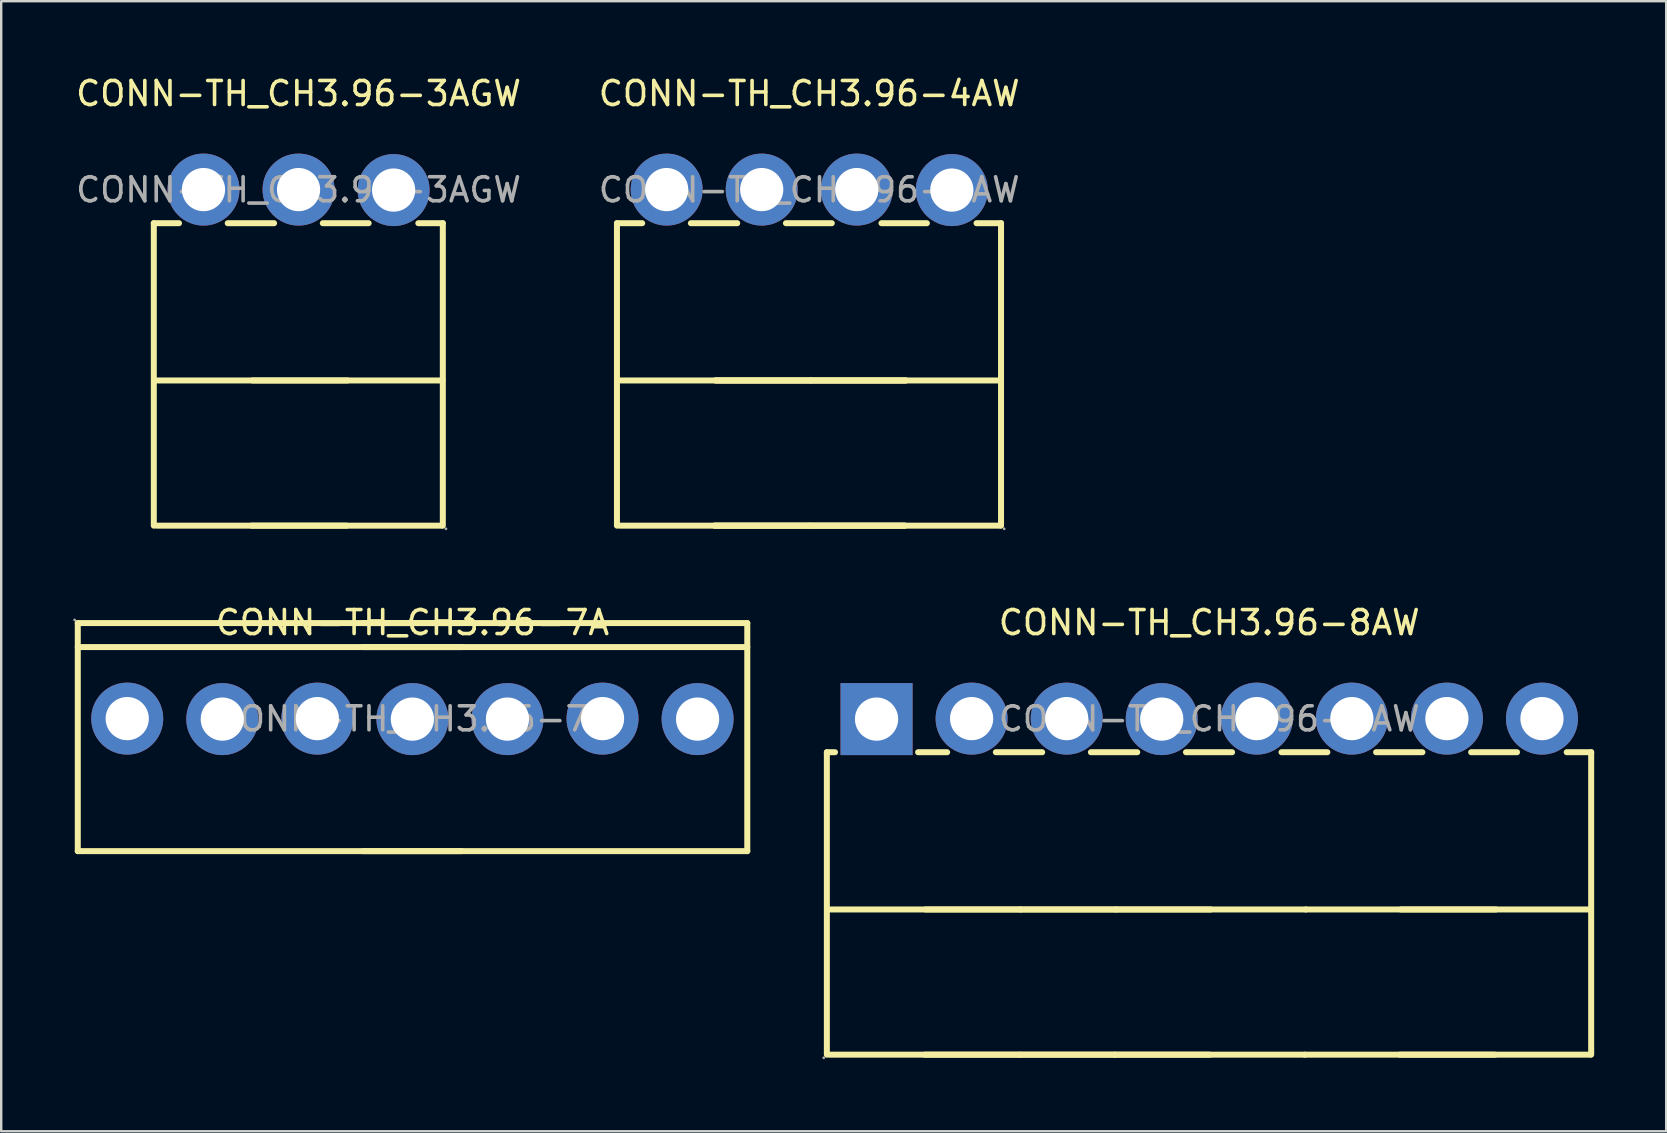
<source format=kicad_pcb>
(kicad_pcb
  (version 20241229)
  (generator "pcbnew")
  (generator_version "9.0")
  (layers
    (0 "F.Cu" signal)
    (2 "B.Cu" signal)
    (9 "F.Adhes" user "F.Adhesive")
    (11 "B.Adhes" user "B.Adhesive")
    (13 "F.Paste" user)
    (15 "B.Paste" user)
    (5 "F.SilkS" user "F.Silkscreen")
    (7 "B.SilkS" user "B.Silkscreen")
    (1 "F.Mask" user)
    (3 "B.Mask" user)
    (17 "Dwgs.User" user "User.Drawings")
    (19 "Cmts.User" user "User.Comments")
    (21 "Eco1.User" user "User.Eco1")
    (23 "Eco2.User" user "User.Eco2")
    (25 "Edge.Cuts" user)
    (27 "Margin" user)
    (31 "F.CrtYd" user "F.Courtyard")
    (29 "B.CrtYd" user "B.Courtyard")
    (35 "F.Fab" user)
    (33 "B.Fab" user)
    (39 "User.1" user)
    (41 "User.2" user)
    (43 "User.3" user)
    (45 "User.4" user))
  (footprint "CONN-TH_CH3.96-8AW"
    (layer "F.Cu")
    (at 47.325 26.896)
    (property "Reference" "CONN-TH_CH3.96-8AW" (at 0 -4.01 0) (layer "F.SilkS") (effects (font (size 1 1) (thickness 0.15))))
    (attr through_hole)
    (fp_line (start -15.93 1.39) (end -15.59 1.39) (stroke (width 0.25) (type solid)) (layer "F.SilkS"))
    (fp_line (start -15.93 13.99) (end -15.93 1.39) (stroke (width 0.25) (type solid)) (layer "F.SilkS"))
    (fp_line (start -12.13 1.39) (end -10.92 1.39) (stroke (width 0.25) (type solid)) (layer "F.SilkS"))
    (fp_line (start -8.89 1.39) (end -6.96 1.39) (stroke (width 0.25) (type solid)) (layer "F.SilkS"))
    (fp_line (start -7.9 13.99) (end -15.82 13.99) (stroke (width 0.25) (type solid)) (layer "F.SilkS"))
    (fp_line (start -7.86 7.94) (end -15.78 7.94) (stroke (width 0.25) (type solid)) (layer "F.SilkS"))
    (fp_line (start -4.93 1.39) (end -3 1.39) (stroke (width 0.25) (type solid)) (layer "F.SilkS"))
    (fp_line (start -3.94 13.99) (end -11.86 13.99) (stroke (width 0.25) (type solid)) (layer "F.SilkS"))
    (fp_line (start -3.9 7.94) (end -11.82 7.94) (stroke (width 0.25) (type solid)) (layer "F.SilkS"))
    (fp_line (start -0.97 1.39) (end 0.95 1.39) (stroke (width 0.25) (type solid)) (layer "F.SilkS"))
    (fp_line (start 0.02 13.99) (end -7.9 13.99) (stroke (width 0.25) (type solid)) (layer "F.SilkS"))
    (fp_line (start 0.06 7.94) (end -7.86 7.94) (stroke (width 0.25) (type solid)) (layer "F.SilkS"))
    (fp_line (start 3.01 1.39) (end 4.92 1.39) (stroke (width 0.25) (type solid)) (layer "F.SilkS"))
    (fp_line (start 3.98 13.99) (end -3.94 13.99) (stroke (width 0.25) (type solid)) (layer "F.SilkS"))
    (fp_line (start 4.02 7.94) (end -3.9 7.94) (stroke (width 0.25) (type solid)) (layer "F.SilkS"))
    (fp_line (start 6.95 1.39) (end 8.88 1.39) (stroke (width 0.25) (type solid)) (layer "F.SilkS"))
    (fp_line (start 10.91 1.39) (end 12.82 1.39) (stroke (width 0.25) (type solid)) (layer "F.SilkS"))
    (fp_line (start 11.9 13.99) (end 3.98 13.99) (stroke (width 0.25) (type solid)) (layer "F.SilkS"))
    (fp_line (start 11.94 7.94) (end 4.02 7.94) (stroke (width 0.25) (type solid)) (layer "F.SilkS"))
    (fp_line (start 14.89 1.39) (end 15.91 1.39) (stroke (width 0.25) (type solid)) (layer "F.SilkS"))
    (fp_line (start 15.86 13.99) (end 7.94 13.99) (stroke (width 0.25) (type solid)) (layer "F.SilkS"))
    (fp_line (start 15.9 7.94) (end 7.98 7.94) (stroke (width 0.25) (type solid)) (layer "F.SilkS"))
    (fp_line (start 15.91 13.99) (end 15.91 1.39) (stroke (width 0.25) (type solid)) (layer "F.SilkS"))
    (fp_circle (center -16.06 14.12) (end -16.03 14.12) (stroke (width 0.06) (type solid)) (fill no) (layer "F.Fab"))
    (fp_circle (center -13.86 0.01) (end -13.46 0.01) (stroke (width 0.8) (type solid)) (fill no) (layer "F.Fab"))
    (fp_circle (center -9.9 -0.01) (end -9.5 -0.01) (stroke (width 0.8) (type solid)) (fill no) (layer "F.Fab"))
    (fp_circle (center -5.94 -0.01) (end -5.54 -0.01) (stroke (width 0.8) (type solid)) (fill no) (layer "F.Fab"))
    (fp_circle (center -1.98 0.01) (end -1.58 0.01) (stroke (width 0.8) (type solid)) (fill no) (layer "F.Fab"))
    (fp_circle (center 1.98 -0.01) (end 2.38 -0.01) (stroke (width 0.8) (type solid)) (fill no) (layer "F.Fab"))
    (fp_circle (center 5.94 -0.01) (end 6.34 -0.01) (stroke (width 0.8) (type solid)) (fill no) (layer "F.Fab"))
    (fp_circle (center 9.9 -0.01) (end 10.3 -0.01) (stroke (width 0.8) (type solid)) (fill no) (layer "F.Fab"))
    (fp_circle (center 13.86 -0.01) (end 14.26 -0.01) (stroke (width 0.8) (type solid)) (fill no) (layer "F.Fab"))
    (fp_text user "${REFERENCE}" (at 0 0 0) (layer "F.Fab") (effects (font (size 1 1) (thickness 0.15))))
    (pad "1" thru_hole rect (at -13.86 0.01 180) (size 3 3) (drill 1.8) (layers "*.Cu" "*.Paste" "*.Mask"))
    (pad "2" thru_hole circle (at -9.9 -0.01 180) (size 3 3) (drill 1.8) (layers "*.Cu" "*.Paste" "*.Mask"))
    (pad "3" thru_hole circle (at -5.94 -0.01 180) (size 3 3) (drill 1.8) (layers "*.Cu" "*.Paste" "*.Mask"))
    (pad "4" thru_hole circle (at -1.98 0.01 180) (size 3 3) (drill 1.8) (layers "*.Cu" "*.Paste" "*.Mask"))
    (pad "5" thru_hole circle (at 1.98 -0.01 180) (size 3 3) (drill 1.8) (layers "*.Cu" "*.Paste" "*.Mask"))
    (pad "6" thru_hole circle (at 5.94 -0.01 180) (size 3 3) (drill 1.8) (layers "*.Cu" "*.Paste" "*.Mask"))
    (pad "7" thru_hole circle (at 9.9 -0.01 180) (size 3 3) (drill 1.8) (layers "*.Cu" "*.Paste" "*.Mask"))
    (pad "8" thru_hole circle (at 13.86 -0.01 180) (size 3 3) (drill 1.8) (layers "*.Cu" "*.Paste" "*.Mask")))
  (footprint "CONN-TH_CH3.96-3AGW"
    (layer "F.Cu")
    (at 9.387 4.858)
    (property "Reference" "CONN-TH_CH3.96-3AGW" (at 0 -4.01 0) (layer "F.SilkS") (effects (font (size 1 1) (thickness 0.15))))
    (attr through_hole)
    (fp_line (start -6.03 1.39) (end -4.98 1.39) (stroke (width 0.25) (type solid)) (layer "F.SilkS"))
    (fp_line (start -6.03 13.99) (end -6.03 1.39) (stroke (width 0.25) (type solid)) (layer "F.SilkS"))
    (fp_line (start -2.95 1.39) (end -1.02 1.39) (stroke (width 0.25) (type solid)) (layer "F.SilkS"))
    (fp_line (start 1.01 1.39) (end 2.92 1.39) (stroke (width 0.25) (type solid)) (layer "F.SilkS"))
    (fp_line (start 2 13.99) (end -5.92 13.99) (stroke (width 0.25) (type solid)) (layer "F.SilkS"))
    (fp_line (start 2.04 7.94) (end -5.88 7.94) (stroke (width 0.25) (type solid)) (layer "F.SilkS"))
    (fp_line (start 4.99 1.39) (end 6.01 1.39) (stroke (width 0.25) (type solid)) (layer "F.SilkS"))
    (fp_line (start 5.96 13.99) (end -1.96 13.99) (stroke (width 0.25) (type solid)) (layer "F.SilkS"))
    (fp_line (start 6 7.94) (end -1.92 7.94) (stroke (width 0.25) (type solid)) (layer "F.SilkS"))
    (fp_line (start 6.01 13.99) (end 6.01 1.39) (stroke (width 0.25) (type solid)) (layer "F.SilkS"))
    (fp_circle (center -3.96 -0.01) (end -3.56 -0.01) (stroke (width 0.8) (type solid)) (fill no) (layer "F.Fab"))
    (fp_circle (center 0 -0.01) (end 0.4 -0.01) (stroke (width 0.8) (type solid)) (fill no) (layer "F.Fab"))
    (fp_circle (center 3.96 0.01) (end 4.36 0.01) (stroke (width 0.8) (type solid)) (fill no) (layer "F.Fab"))
    (fp_circle (center 6.14 14.12) (end 6.17 14.12) (stroke (width 0.06) (type solid)) (fill no) (layer "F.Fab"))
    (fp_text user "${REFERENCE}" (at 0 0 0) (layer "F.Fab") (effects (font (size 1 1) (thickness 0.15))))
    (pad "1" thru_hole circle (at 3.96 0.01 180) (size 3 3) (drill 1.8) (layers "*.Cu" "*.Paste" "*.Mask"))
    (pad "2" thru_hole circle (at 0 -0.01 180) (size 3 3) (drill 1.8) (layers "*.Cu" "*.Paste" "*.Mask"))
    (pad "3" thru_hole circle (at -3.96 -0.01 180) (size 3 3) (drill 1.8) (layers "*.Cu" "*.Paste" "*.Mask")))
  (footprint "CONN-TH_CH3.96-4AW"
    (layer "F.Cu")
    (at 30.661 4.858)
    (property "Reference" "CONN-TH_CH3.96-4AW" (at 0 -4.01 0) (layer "F.SilkS") (effects (font (size 1 1) (thickness 0.15))))
    (attr through_hole)
    (fp_line (start -8.01 1.39) (end -6.96 1.39) (stroke (width 0.25) (type solid)) (layer "F.SilkS"))
    (fp_line (start -8.01 13.99) (end -8.01 1.39) (stroke (width 0.25) (type solid)) (layer "F.SilkS"))
    (fp_line (start -4.93 1.39) (end -3 1.39) (stroke (width 0.25) (type solid)) (layer "F.SilkS"))
    (fp_line (start -0.97 1.39) (end 0.94 1.39) (stroke (width 0.25) (type solid)) (layer "F.SilkS"))
    (fp_line (start 0.02 13.99) (end -7.9 13.99) (stroke (width 0.25) (type solid)) (layer "F.SilkS"))
    (fp_line (start 0.06 7.94) (end -7.86 7.94) (stroke (width 0.25) (type solid)) (layer "F.SilkS"))
    (fp_line (start 3.01 1.39) (end 4.9 1.39) (stroke (width 0.25) (type solid)) (layer "F.SilkS"))
    (fp_line (start 3.98 13.99) (end -3.94 13.99) (stroke (width 0.25) (type solid)) (layer "F.SilkS"))
    (fp_line (start 3.98 13.99) (end -3.94 13.99) (stroke (width 0.25) (type solid)) (layer "F.SilkS"))
    (fp_line (start 4.02 7.94) (end -3.9 7.94) (stroke (width 0.25) (type solid)) (layer "F.SilkS"))
    (fp_line (start 4.02 7.94) (end -3.9 7.94) (stroke (width 0.25) (type solid)) (layer "F.SilkS"))
    (fp_line (start 6.97 1.39) (end 7.99 1.39) (stroke (width 0.25) (type solid)) (layer "F.SilkS"))
    (fp_line (start 7.94 13.99) (end 0.02 13.99) (stroke (width 0.25) (type solid)) (layer "F.SilkS"))
    (fp_line (start 7.98 7.94) (end 0.06 7.94) (stroke (width 0.25) (type solid)) (layer "F.SilkS"))
    (fp_line (start 7.99 13.99) (end 7.99 1.39) (stroke (width 0.25) (type solid)) (layer "F.SilkS"))
    (fp_circle (center -5.94 -0.01) (end -5.54 -0.01) (stroke (width 0.8) (type solid)) (fill no) (layer "F.Fab"))
    (fp_circle (center -1.98 -0.01) (end -1.58 -0.01) (stroke (width 0.8) (type solid)) (fill no) (layer "F.Fab"))
    (fp_circle (center 1.98 -0.01) (end 2.38 -0.01) (stroke (width 0.8) (type solid)) (fill no) (layer "F.Fab"))
    (fp_circle (center 5.94 0.01) (end 6.34 0.01) (stroke (width 0.8) (type solid)) (fill no) (layer "F.Fab"))
    (fp_circle (center 8.12 14.12) (end 8.15 14.12) (stroke (width 0.06) (type solid)) (fill no) (layer "F.Fab"))
    (fp_text user "${REFERENCE}" (at 0 0 0) (layer "F.Fab") (effects (font (size 1 1) (thickness 0.15))))
    (pad "1" thru_hole circle (at 5.94 0.01 180) (size 3 3) (drill 1.8) (layers "*.Cu" "*.Paste" "*.Mask"))
    (pad "2" thru_hole circle (at 1.98 -0.01 180) (size 3 3) (drill 1.8) (layers "*.Cu" "*.Paste" "*.Mask"))
    (pad "3" thru_hole circle (at -1.98 -0.01 180) (size 3 3) (drill 1.8) (layers "*.Cu" "*.Paste" "*.Mask"))
    (pad "4" thru_hole circle (at -5.94 -0.01 180) (size 3 3) (drill 1.8) (layers "*.Cu" "*.Paste" "*.Mask")))
  (footprint "CONN-TH_CH3.96-7A"
    (layer "F.Cu")
    (at 14.13 26.896)
    (property "Reference" "CONN-TH_CH3.96-7A" (at 0 -4.01 0) (layer "F.SilkS") (effects (font (size 1 1) (thickness 0.15))))
    (attr through_hole)
    (fp_line (start -13.94 -3.99) (end -13.94 5.51) (stroke (width 0.25) (type solid)) (layer "F.SilkS"))
    (fp_line (start -13.94 -3.99) (end 2.06 -3.99) (stroke (width 0.25) (type solid)) (layer "F.SilkS"))
    (fp_line (start -13.94 -2.99) (end 2.06 -2.99) (stroke (width 0.25) (type solid)) (layer "F.SilkS"))
    (fp_line (start -13.94 5.51) (end 2.06 5.51) (stroke (width 0.25) (type solid)) (layer "F.SilkS"))
    (fp_line (start -2.05 -3.99) (end 13.95 -3.99) (stroke (width 0.25) (type solid)) (layer "F.SilkS"))
    (fp_line (start -2.05 -2.99) (end 13.95 -2.99) (stroke (width 0.25) (type solid)) (layer "F.SilkS"))
    (fp_line (start -2.05 5.51) (end 13.95 5.51) (stroke (width 0.25) (type solid)) (layer "F.SilkS"))
    (fp_line (start 13.95 -3.99) (end 13.95 5.51) (stroke (width 0.25) (type solid)) (layer "F.SilkS"))
    (fp_circle (center -14.07 -4.12) (end -14.04 -4.12) (stroke (width 0.06) (type solid)) (fill no) (layer "F.Fab"))
    (fp_circle (center -11.88 -0.01) (end -11.48 -0.01) (stroke (width 0.8) (type solid)) (fill no) (layer "F.Fab"))
    (fp_circle (center -7.92 0.01) (end -7.52 0.01) (stroke (width 0.8) (type solid)) (fill no) (layer "F.Fab"))
    (fp_circle (center -3.96 -0.01) (end -3.56 -0.01) (stroke (width 0.8) (type solid)) (fill no) (layer "F.Fab"))
    (fp_circle (center 0 0.01) (end 0.4 0.01) (stroke (width 0.8) (type solid)) (fill no) (layer "F.Fab"))
    (fp_circle (center 3.96 0.01) (end 4.36 0.01) (stroke (width 0.8) (type solid)) (fill no) (layer "F.Fab"))
    (fp_circle (center 7.92 -0.01) (end 8.32 -0.01) (stroke (width 0.8) (type solid)) (fill no) (layer "F.Fab"))
    (fp_circle (center 11.88 0.01) (end 12.28 0.01) (stroke (width 0.8) (type solid)) (fill no) (layer "F.Fab"))
    (fp_text user "${REFERENCE}" (at 0 0 0) (layer "F.Fab") (effects (font (size 1 1) (thickness 0.15))))
    (pad "1" thru_hole circle (at -11.88 -0.01) (size 3 3) (drill 1.8) (layers "*.Cu" "*.Paste" "*.Mask"))
    (pad "2" thru_hole circle (at -7.92 0.01) (size 3 3) (drill 1.8) (layers "*.Cu" "*.Paste" "*.Mask"))
    (pad "3" thru_hole circle (at -3.96 -0.01) (size 3 3) (drill 1.8) (layers "*.Cu" "*.Paste" "*.Mask"))
    (pad "4" thru_hole circle (at 0 0.01) (size 3 3) (drill 1.8) (layers "*.Cu" "*.Paste" "*.Mask"))
    (pad "5" thru_hole circle (at 3.96 0.01) (size 3 3) (drill 1.8) (layers "*.Cu" "*.Paste" "*.Mask"))
    (pad "6" thru_hole circle (at 7.92 -0.01) (size 3 3) (drill 1.8) (layers "*.Cu" "*.Paste" "*.Mask"))
    (pad "7" thru_hole circle (at 11.88 0.01) (size 3 3) (drill 1.8) (layers "*.Cu" "*.Paste" "*.Mask")))
  (gr_rect
    (start -3 -3)
    (end 66.36 44.077)
    (stroke (width 0.1) (type default))
    (fill no)
    (layer "Edge.Cuts")))
</source>
